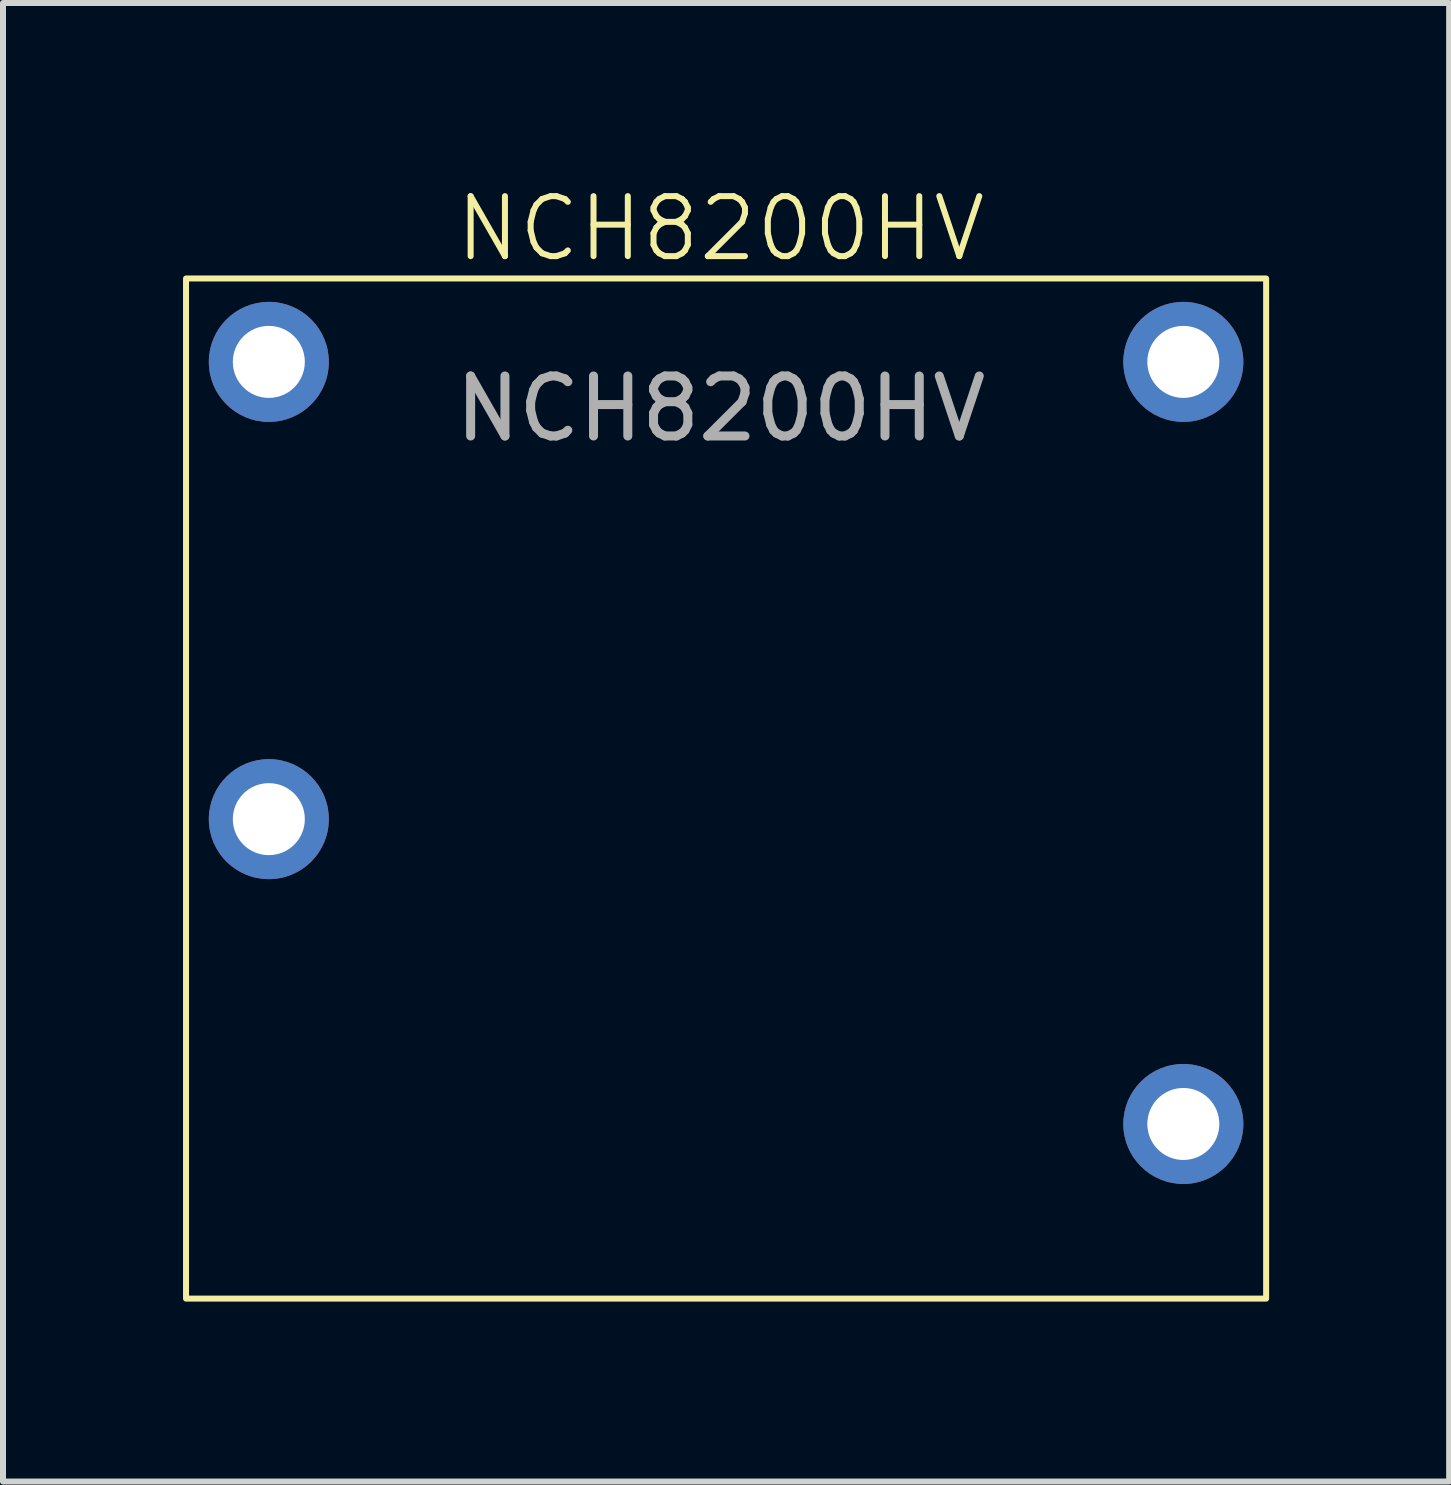
<source format=kicad_pcb>
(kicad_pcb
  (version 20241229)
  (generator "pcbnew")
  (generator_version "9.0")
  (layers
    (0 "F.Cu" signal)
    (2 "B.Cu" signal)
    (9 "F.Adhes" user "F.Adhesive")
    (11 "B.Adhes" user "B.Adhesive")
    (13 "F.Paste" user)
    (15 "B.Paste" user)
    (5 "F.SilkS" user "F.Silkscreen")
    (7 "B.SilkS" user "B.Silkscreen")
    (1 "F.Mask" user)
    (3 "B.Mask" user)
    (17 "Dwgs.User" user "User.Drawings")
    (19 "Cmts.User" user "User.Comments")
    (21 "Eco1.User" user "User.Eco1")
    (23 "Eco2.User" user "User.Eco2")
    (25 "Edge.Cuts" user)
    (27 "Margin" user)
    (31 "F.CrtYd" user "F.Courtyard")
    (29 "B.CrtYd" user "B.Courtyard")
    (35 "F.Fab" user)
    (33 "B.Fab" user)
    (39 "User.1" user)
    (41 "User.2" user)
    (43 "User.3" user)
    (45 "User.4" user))
  (footprint "NCH8200HV"
    (layer "F.Cu")
    (at 8.93 10.681)
    (property "Reference" "NCH8200HV" (at 0.03 -9.92 0) (unlocked yes) (layer "F.SilkS") (effects (font (size 1 1) (thickness 0.1))))
    (attr through_hole)
    (fp_rect (start -8.88 -9.09) (end 9.12 7.91) (stroke (width 0.1) (type default)) (fill no) (layer "F.SilkS"))
    (fp_text user "${REFERENCE}" (at 0.03 -6.92 0) (unlocked yes) (layer "F.Fab") (effects (font (size 1 1) (thickness 0.15))))
    (pad "1" thru_hole circle (at -7.5 -7.7) (size 2 2) (drill 1.2) (layers "*.Cu" "*.Mask"))
    (pad "2" thru_hole circle (at 7.74 -7.7) (size 2 2) (drill 1.2) (layers "*.Cu" "*.Mask"))
    (pad "3" thru_hole circle (at -7.5 -0.08) (size 2 2) (drill 1.2) (layers "*.Cu" "*.Mask"))
    (pad "4" thru_hole circle (at 7.74 5) (size 2 2) (drill 1.2) (layers "*.Cu" "*.Mask")))
  (gr_rect
    (start -3 -3)
    (end 21.1 21.64)
    (stroke (width 0.1) (type default))
    (fill no)
    (layer "Edge.Cuts")))
</source>
